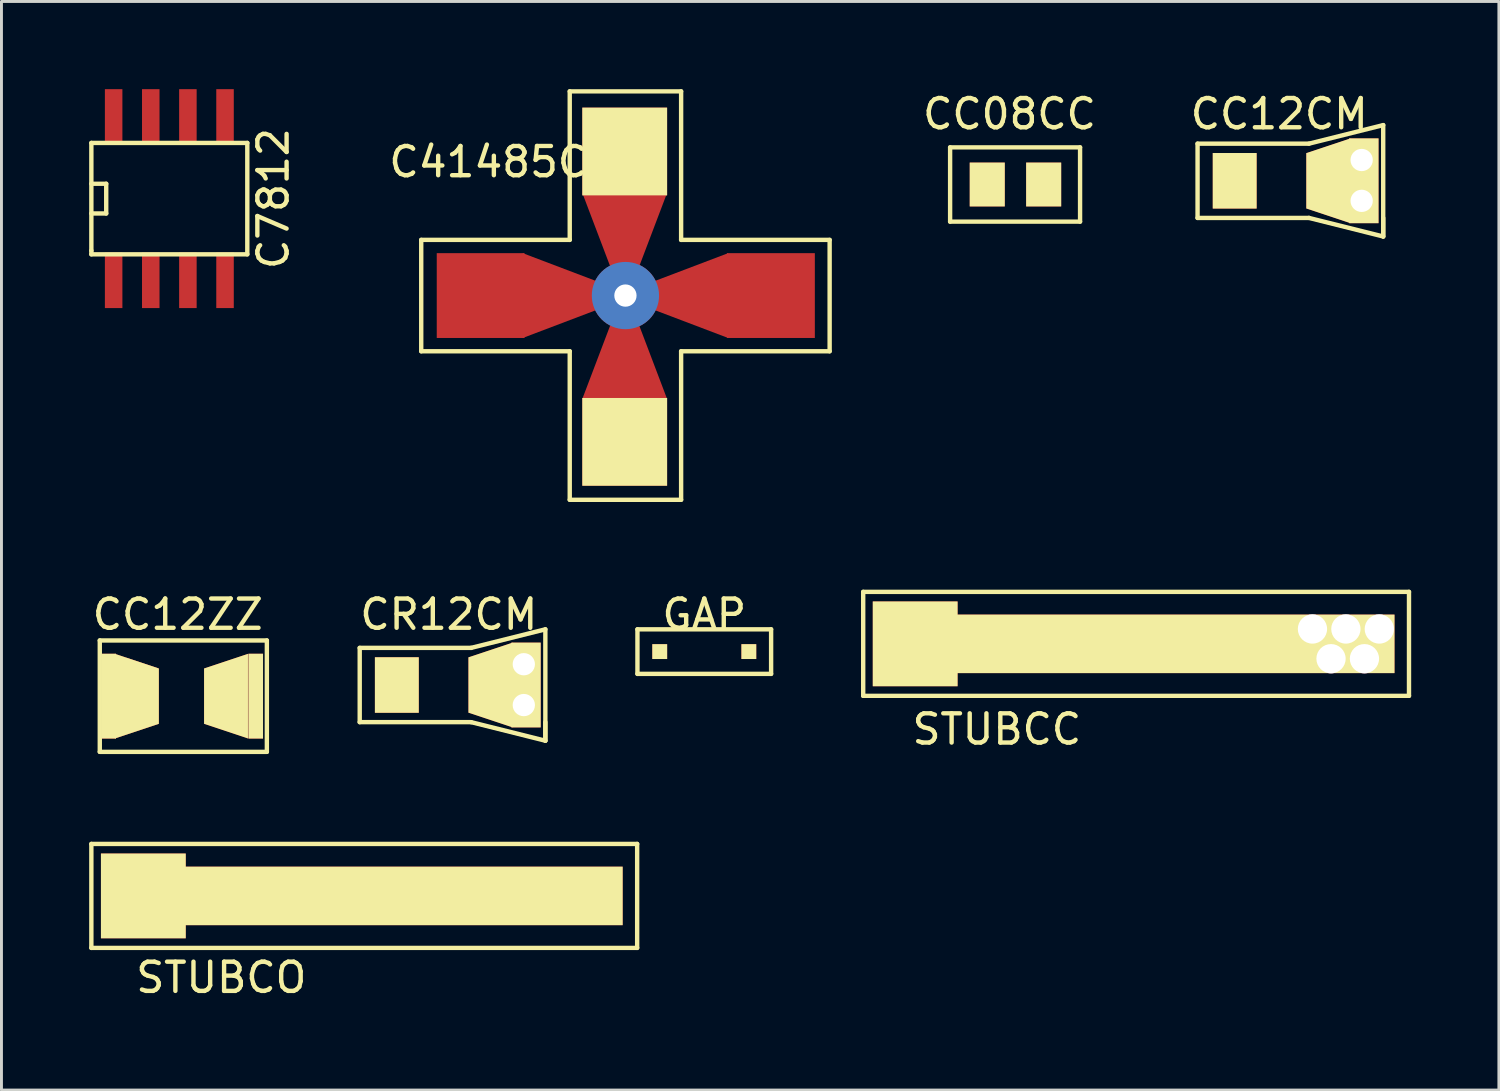
<source format=kicad_pcb>
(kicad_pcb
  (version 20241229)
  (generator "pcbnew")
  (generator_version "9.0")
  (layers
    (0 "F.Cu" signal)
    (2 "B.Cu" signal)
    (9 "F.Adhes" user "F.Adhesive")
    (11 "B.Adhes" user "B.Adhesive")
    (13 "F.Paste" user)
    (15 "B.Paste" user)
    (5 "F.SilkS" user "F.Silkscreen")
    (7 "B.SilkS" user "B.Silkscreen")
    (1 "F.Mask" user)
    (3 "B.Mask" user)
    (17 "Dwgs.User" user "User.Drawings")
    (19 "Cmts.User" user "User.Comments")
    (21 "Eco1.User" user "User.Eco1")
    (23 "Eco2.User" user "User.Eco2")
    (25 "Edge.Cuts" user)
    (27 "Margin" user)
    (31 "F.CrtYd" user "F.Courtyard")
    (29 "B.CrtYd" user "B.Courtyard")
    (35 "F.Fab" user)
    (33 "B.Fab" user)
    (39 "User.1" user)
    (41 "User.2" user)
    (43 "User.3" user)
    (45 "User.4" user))
  (footprint "CC08CC"
    (layer "F.Cu")
    (at 31.989 3.261)
    (property "Reference" "CC08CC" (at -0.508 -2.413 0) (layer "F.SilkS") (effects (font (size 1 1) (thickness 0.15))))
    (attr through_hole)
    (fp_line (start -2.54 1.27) (end -2.54 -1.27) (stroke (width 0.15) (type solid)) (layer "F.SilkS"))
    (fp_line (start 1.905 -1.27) (end -2.54 -1.27) (stroke (width 0.15) (type solid)) (layer "F.SilkS"))
    (fp_line (start 1.905 -1.27) (end 1.905 1.27) (stroke (width 0.15) (type solid)) (layer "F.SilkS"))
    (fp_line (start 1.905 1.27) (end -2.54 1.27) (stroke (width 0.15) (type solid)) (layer "F.SilkS"))
    (pad "1" smd rect (at -1.27 0) (size 1.199 1.501) (layers "F.Cu" "F.Mask" "F.SilkS" "F.Paste"))
    (pad "2" smd rect (at 0.66 0) (size 1.199 1.501) (layers "F.Cu" "F.Mask" "F.SilkS" "F.Paste")))
  (footprint "CC12CM"
    (layer "F.Cu")
    (at 40.453 3.134)
    (property "Reference" "CC12CM" (at 0.254 -2.286 0) (layer "F.SilkS") (effects (font (size 1 1) (thickness 0.15))))
    (attr through_hole)
    (fp_line (start -2.54 -1.27) (end 1.27 -1.27) (stroke (width 0.15) (type solid)) (layer "F.SilkS"))
    (fp_line (start -2.54 1.27) (end -2.54 -1.27) (stroke (width 0.15) (type solid)) (layer "F.SilkS"))
    (fp_line (start -2.54 1.27) (end 1.27 1.27) (stroke (width 0.15) (type solid)) (layer "F.SilkS"))
    (fp_line (start 1.27 -1.27) (end 3.81 -1.905) (stroke (width 0.15) (type solid)) (layer "F.SilkS"))
    (fp_line (start 1.27 1.27) (end 3.81 1.905) (stroke (width 0.15) (type solid)) (layer "F.SilkS"))
    (fp_line (start 3.175 -1.27) (end 3.175 1.27) (stroke (width 0.15) (type solid)) (layer "F.SilkS"))
    (fp_line (start 3.81 -1.905) (end 3.81 1.905) (stroke (width 0.15) (type solid)) (layer "F.SilkS"))
    (fp_line (start 3.81 1.905) (end 3.81 1.27) (stroke (width 0.15) (type solid)) (layer "F.SilkS"))
    (pad "1" smd rect (at -1.27 0) (size 1.501 1.9) (layers "F.Cu" "F.Mask" "F.SilkS" "F.Paste"))
    (pad "2" smd trapezoid (at 1.93 0) (size 1.501 2.393) (rect_delta -0.5 0) (layers "F.Cu" "F.Mask" "F.SilkS" "F.Paste"))
    (pad "2" thru_hole circle (at 3.073 -0.711) (size 0.8 0.8) (drill 0.762) (layers "*.Cu" "*.Mask"))
    (pad "2" thru_hole circle (at 3.073 0.686) (size 0.8 0.8) (drill 0.762) (layers "*.Cu" "*.Mask"))
    (pad "2" smd rect (at 3.15 0) (size 1.001 2.901) (layers "F.Cu" "F.Mask" "F.SilkS" "F.Paste")))
  (footprint "STUBCC"
    (layer "F.Cu")
    (at 35.874 18.973)
    (property "Reference" "STUBCC" (at -4.826 2.921 0) (layer "F.SilkS") (effects (font (size 1 1) (thickness 0.15))))
    (attr through_hole)
    (fp_line (start -9.398 -1.778) (end -9.398 1.778) (stroke (width 0.15) (type solid)) (layer "F.SilkS"))
    (fp_line (start -9.398 1.778) (end 9.271 1.778) (stroke (width 0.15) (type solid)) (layer "F.SilkS"))
    (fp_line (start 9.271 -1.778) (end -9.398 -1.778) (stroke (width 0.15) (type solid)) (layer "F.SilkS"))
    (fp_line (start 9.271 -1.778) (end 9.271 1.778) (stroke (width 0.15) (type solid)) (layer "F.SilkS"))
    (pad "1" smd rect (at -7.62 0) (size 2.901 2.901) (layers "F.Cu" "F.Mask" "F.SilkS" "F.Paste"))
    (pad "2" smd rect (at 1.27 0) (size 15.011 2.002) (layers "F.Cu" "F.Mask" "F.SilkS" "F.Paste"))
    (pad "2" thru_hole circle (at 5.969 -0.508) (size 1.001 1.001) (drill 1.016) (layers "*.Cu" "*.Mask"))
    (pad "2" thru_hole circle (at 6.604 0.508) (size 1.001 1.001) (drill 1.016) (layers "*.Cu" "*.Mask"))
    (pad "2" thru_hole circle (at 7.112 -0.508) (size 1.001 1.001) (drill 1.016) (layers "*.Cu" "*.Mask"))
    (pad "2" thru_hole circle (at 7.747 0.508) (size 1.001 1.001) (drill 1.016) (layers "*.Cu" "*.Mask"))
    (pad "2" thru_hole circle (at 8.255 -0.508) (size 1.001 1.001) (drill 1.016) (layers "*.Cu" "*.Mask")))
  (footprint "CC12ZZ"
    (layer "F.Cu")
    (at 3.157 20.762)
    (property "Reference" "CC12ZZ" (at -0.127 -2.794 0) (layer "F.SilkS") (effects (font (size 1 1) (thickness 0.15))))
    (attr through_hole)
    (fp_line (start -2.794 -1.905) (end 2.921 -1.905) (stroke (width 0.15) (type solid)) (layer "F.SilkS"))
    (fp_line (start -2.794 1.905) (end -2.794 -1.905) (stroke (width 0.15) (type solid)) (layer "F.SilkS"))
    (fp_line (start 2.921 -1.905) (end 2.921 1.905) (stroke (width 0.15) (type solid)) (layer "F.SilkS"))
    (fp_line (start 2.921 1.905) (end -2.794 1.905) (stroke (width 0.15) (type solid)) (layer "F.SilkS"))
    (pad "1" smd rect (at -2.489 0) (size 0.5 2.901) (layers "F.Cu" "F.Mask" "F.SilkS" "F.Paste"))
    (pad "1" smd trapezoid (at -1.524 0) (size 1.501 2.393) (rect_delta 0.5 0) (layers "F.Cu" "F.Mask" "F.SilkS" "F.Paste"))
    (pad "2" smd trapezoid (at 1.524 0) (size 1.501 2.393) (rect_delta -0.5 0) (layers "F.Cu" "F.Mask" "F.SilkS" "F.Paste"))
    (pad "2" smd rect (at 2.54 0) (size 0.5 2.901) (layers "F.Cu" "F.Mask" "F.SilkS" "F.Paste")))
  (footprint "C41485CC"
    (layer "F.Cu")
    (at 18.343 7.06)
    (property "Reference" "C41485CC" (at -4.191 -4.572 0) (layer "F.SilkS") (effects (font (size 1 1) (thickness 0.15))))
    (attr through_hole)
    (fp_line (start -6.985 -1.905) (end -6.985 1.905) (stroke (width 0.15) (type solid)) (layer "F.SilkS"))
    (fp_line (start -6.985 1.905) (end -1.905 1.905) (stroke (width 0.15) (type solid)) (layer "F.SilkS"))
    (fp_line (start -1.905 -6.985) (end -1.905 -1.905) (stroke (width 0.15) (type solid)) (layer "F.SilkS"))
    (fp_line (start -1.905 -1.905) (end -6.985 -1.905) (stroke (width 0.15) (type solid)) (layer "F.SilkS"))
    (fp_line (start -1.905 1.905) (end -1.905 6.985) (stroke (width 0.15) (type solid)) (layer "F.SilkS"))
    (fp_line (start -1.905 6.985) (end 1.905 6.985) (stroke (width 0.15) (type solid)) (layer "F.SilkS"))
    (fp_line (start 1.905 -6.985) (end -1.905 -6.985) (stroke (width 0.15) (type solid)) (layer "F.SilkS"))
    (fp_line (start 1.905 -1.905) (end 1.905 -6.985) (stroke (width 0.15) (type solid)) (layer "F.SilkS"))
    (fp_line (start 1.905 1.905) (end 6.985 1.905) (stroke (width 0.15) (type solid)) (layer "F.SilkS"))
    (fp_line (start 1.905 6.985) (end 1.905 1.905) (stroke (width 0.15) (type solid)) (layer "F.SilkS"))
    (fp_line (start 6.985 -1.905) (end 1.905 -1.905) (stroke (width 0.15) (type solid)) (layer "F.SilkS"))
    (fp_line (start 6.985 1.905) (end 6.985 -1.905) (stroke (width 0.15) (type solid)) (layer "F.SilkS"))
    (pad "" thru_hole circle (at 0 0) (size 2.301 2.301) (drill 0.762) (layers "*.Cu" "*.Mask"))
    (pad "1" smd rect (at -4.953 0) (size 3.002 2.901) (layers "F.Cu" "F.Mask" "F.Paste" "In14.Cu"))
    (pad "1" smd trapezoid (at -2.261 0) (size 2.502 1.951) (rect_delta 0.95 0) (layers "F.Cu" "F.Mask" "F.Paste" "In14.Cu"))
    (pad "2" smd trapezoid (at -0.025 2.286) (size 1.951 2.502) (rect_delta 0 0.95) (layers "F.Cu" "F.Mask" "F.Paste" "In14.Cu"))
    (pad "2" smd rect (at -0.025 5.004) (size 2.901 3.002) (layers "F.Cu" "F.Mask" "F.SilkS" "F.Paste" "In10.Cu" "In13.Cu" "In14.Cu"))
    (pad "3" smd trapezoid (at 2.261 0) (size 2.502 1.951) (rect_delta -0.95 0) (layers "F.Cu" "F.Mask" "F.Paste" "In14.Cu"))
    (pad "3" smd rect (at 4.978 0) (size 3.002 2.901) (layers "F.Cu" "F.Mask" "F.Paste" "In14.Cu"))
    (pad "4" smd rect (at -0.025 -4.928) (size 2.901 3.002) (layers "F.Cu" "F.Mask" "F.SilkS" "F.Paste" "In10.Cu" "In13.Cu" "In14.Cu"))
    (pad "4" smd trapezoid (at -0.025 -2.261) (size 1.951 2.502) (rect_delta 0 -0.95) (layers "F.Cu" "F.Mask" "F.Paste" "In14.Cu")))
  (footprint "C7812"
    (layer "F.Cu")
    (at 2.742 3.744)
    (property "Reference" "C7812" (at 3.556 0 270) (layer "F.SilkS") (effects (font (size 1 1) (thickness 0.15))))
    (attr through_hole)
    (fp_line (start -2.667 -1.905) (end -2.667 1.778) (stroke (width 0.15) (type solid)) (layer "F.SilkS"))
    (fp_line (start -2.667 -0.508) (end -2.159 -0.508) (stroke (width 0.15) (type solid)) (layer "F.SilkS"))
    (fp_line (start -2.667 1.778) (end -2.667 1.905) (stroke (width 0.15) (type solid)) (layer "F.SilkS"))
    (fp_line (start -2.667 1.905) (end 2.667 1.905) (stroke (width 0.15) (type solid)) (layer "F.SilkS"))
    (fp_line (start -2.159 -0.508) (end -2.159 0.508) (stroke (width 0.15) (type solid)) (layer "F.SilkS"))
    (fp_line (start -2.159 0.508) (end -2.667 0.508) (stroke (width 0.15) (type solid)) (layer "F.SilkS"))
    (fp_line (start 2.667 -1.905) (end -2.667 -1.905) (stroke (width 0.15) (type solid)) (layer "F.SilkS"))
    (fp_line (start 2.667 -1.905) (end 2.667 1.905) (stroke (width 0.15) (type solid)) (layer "F.SilkS"))
    (pad "1" smd rect (at -1.905 2.794) (size 0.599 1.9) (layers "F.Cu" "F.Mask" "F.Paste"))
    (pad "2" smd rect (at -0.635 2.794) (size 0.599 1.9) (layers "F.Cu" "F.Mask" "F.Paste"))
    (pad "3" smd rect (at 0.635 2.794) (size 0.599 1.9) (layers "F.Cu" "F.Mask" "F.Paste"))
    (pad "4" smd rect (at 1.905 2.794) (size 0.599 1.9) (layers "F.Cu" "F.Mask" "F.Paste"))
    (pad "5" smd rect (at 1.905 -2.794) (size 0.599 1.9) (layers "F.Cu" "F.Mask" "F.Paste"))
    (pad "6" smd rect (at 0.635 -2.794) (size 0.599 1.9) (layers "F.Cu" "F.Mask" "F.Paste"))
    (pad "7" smd rect (at -0.635 -2.794) (size 0.599 1.9) (layers "F.Cu" "F.Mask" "F.Paste"))
    (pad "8" smd rect (at -1.905 -2.794) (size 0.599 1.9) (layers "F.Cu" "F.Mask" "F.Paste")))
  (footprint "CR12CM"
    (layer "F.Cu")
    (at 11.794 20.381)
    (property "Reference" "CR12CM" (at 0.508 -2.413 0) (layer "F.SilkS") (effects (font (size 1 1) (thickness 0.15))))
    (attr through_hole)
    (fp_line (start -2.54 -1.27) (end 1.27 -1.27) (stroke (width 0.15) (type solid)) (layer "F.SilkS"))
    (fp_line (start -2.54 1.27) (end -2.54 -1.27) (stroke (width 0.15) (type solid)) (layer "F.SilkS"))
    (fp_line (start -2.54 1.27) (end 1.27 1.27) (stroke (width 0.15) (type solid)) (layer "F.SilkS"))
    (fp_line (start 1.27 -1.27) (end 3.81 -1.905) (stroke (width 0.15) (type solid)) (layer "F.SilkS"))
    (fp_line (start 1.27 1.27) (end 3.81 1.905) (stroke (width 0.15) (type solid)) (layer "F.SilkS"))
    (fp_line (start 3.175 -1.27) (end 3.175 1.27) (stroke (width 0.15) (type solid)) (layer "F.SilkS"))
    (fp_line (start 3.81 -1.905) (end 3.81 1.905) (stroke (width 0.15) (type solid)) (layer "F.SilkS"))
    (fp_line (start 3.81 1.905) (end 3.81 1.27) (stroke (width 0.15) (type solid)) (layer "F.SilkS"))
    (pad "1" smd rect (at -1.27 0) (size 1.501 1.9) (layers "F.Cu" "F.Mask" "F.SilkS" "F.Paste"))
    (pad "2" smd trapezoid (at 1.93 0) (size 1.501 2.393) (rect_delta -0.5 0) (layers "F.Cu" "F.Mask" "F.SilkS" "F.Paste"))
    (pad "2" thru_hole circle (at 3.073 -0.711) (size 0.8 0.8) (drill 0.762) (layers "*.Cu" "*.Mask"))
    (pad "2" thru_hole circle (at 3.073 0.686) (size 0.8 0.8) (drill 0.762) (layers "*.Cu" "*.Mask"))
    (pad "2" smd rect (at 3.15 0) (size 1.001 2.901) (layers "F.Cu" "F.Mask" "F.SilkS" "F.Paste")))
  (footprint "GAP"
    (layer "F.Cu")
    (at 21.04 19.238)
    (property "Reference" "GAP" (at 0 -1.27 0) (layer "F.SilkS") (effects (font (size 1 1) (thickness 0.15))))
    (attr through_hole)
    (fp_line (start -2.286 -0.762) (end 2.286 -0.762) (stroke (width 0.15) (type solid)) (layer "F.SilkS"))
    (fp_line (start -2.286 0.762) (end -2.286 -0.762) (stroke (width 0.15) (type solid)) (layer "F.SilkS"))
    (fp_line (start 2.286 -0.762) (end 2.286 0.762) (stroke (width 0.15) (type solid)) (layer "F.SilkS"))
    (fp_line (start 2.286 0.762) (end -2.286 0.762) (stroke (width 0.15) (type solid)) (layer "F.SilkS"))
    (pad "1" smd rect (at -1.524 0) (size 0.508 0.508) (layers "F.Cu" "F.Mask" "F.SilkS" "F.Paste"))
    (pad "2" smd rect (at 1.524 0) (size 0.508 0.508) (layers "F.Cu" "F.Mask" "F.SilkS" "F.Paste")))
  (footprint "STUBCO"
    (layer "F.Cu")
    (at 9.473 27.595)
    (property "Reference" "STUBCO" (at -4.953 2.794 0) (layer "F.SilkS") (effects (font (size 1 1) (thickness 0.15))))
    (attr through_hole)
    (fp_line (start -9.398 -1.778) (end -9.398 1.778) (stroke (width 0.15) (type solid)) (layer "F.SilkS"))
    (fp_line (start -9.398 1.778) (end 9.271 1.778) (stroke (width 0.15) (type solid)) (layer "F.SilkS"))
    (fp_line (start 9.271 -1.778) (end -9.398 -1.778) (stroke (width 0.15) (type solid)) (layer "F.SilkS"))
    (fp_line (start 9.271 -1.778) (end 9.271 1.778) (stroke (width 0.15) (type solid)) (layer "F.SilkS"))
    (pad "1" smd rect (at -7.62 0) (size 2.901 2.901) (layers "F.Cu" "F.Mask" "F.SilkS" "F.Paste"))
    (pad "1" smd rect (at 1.27 0) (size 15.011 2.002) (layers "F.Cu" "F.Mask" "F.SilkS" "F.Paste")))
  (gr_rect
    (start -3 -3)
    (end 48.22 34.237)
    (stroke (width 0.1) (type default))
    (fill no)
    (layer "Edge.Cuts")))
</source>
